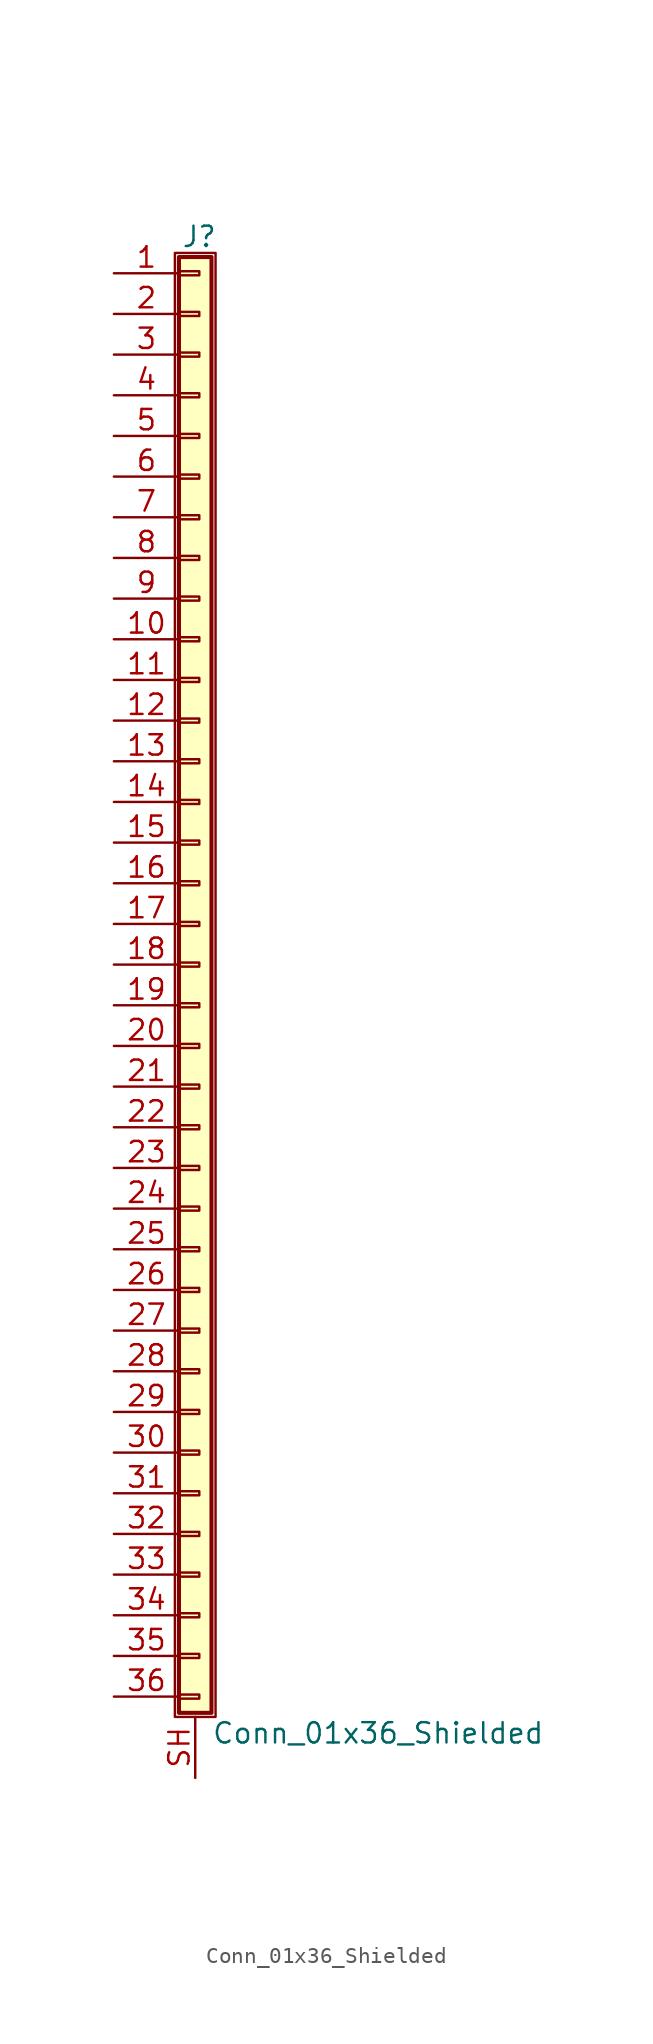
<source format=kicad_sym>
(kicad_symbol_lib
  (version 20220914)
  (generator kicad_symbol_editor)
  (symbol "Conn_01x36_Shielded"
    (pin_names
      (offset 1.016) hide)
    (property "Reference" "J"
      (at 0.254 45.466 0)
      (effects (font (size 1.27 1.27))))
    (property "Value" "Conn_01x36_Shielded"
      (at 1.016 -48.006 0)
      (effects (font (size 1.27 1.27)) (justify left)))
    (symbol "Conn_01x36_Shielded_1_1"
      (rectangle (start -1.27 44.45) (end 1.27 -46.99) (stroke (width 0.152) (type default)) (fill (type none)))
      (rectangle (start -1.016 -45.593) (end 0.254 -45.847) (stroke (width 0.152) (type default)) (fill (type none)))
      (rectangle (start -1.016 -43.053) (end 0.254 -43.307) (stroke (width 0.152) (type default)) (fill (type none)))
      (rectangle (start -1.016 -40.513) (end 0.254 -40.767) (stroke (width 0.152) (type default)) (fill (type none)))
      (rectangle (start -1.016 -37.973) (end 0.254 -38.227) (stroke (width 0.152) (type default)) (fill (type none)))
      (rectangle (start -1.016 -35.433) (end 0.254 -35.687) (stroke (width 0.152) (type default)) (fill (type none)))
      (rectangle (start -1.016 -32.893) (end 0.254 -33.147) (stroke (width 0.152) (type default)) (fill (type none)))
      (rectangle (start -1.016 -30.353) (end 0.254 -30.607) (stroke (width 0.152) (type default)) (fill (type none)))
      (rectangle (start -1.016 -27.813) (end 0.254 -28.067) (stroke (width 0.152) (type default)) (fill (type none)))
      (rectangle (start -1.016 -25.273) (end 0.254 -25.527) (stroke (width 0.152) (type default)) (fill (type none)))
      (rectangle (start -1.016 -22.733) (end 0.254 -22.987) (stroke (width 0.152) (type default)) (fill (type none)))
      (rectangle (start -1.016 -20.193) (end 0.254 -20.447) (stroke (width 0.152) (type default)) (fill (type none)))
      (rectangle (start -1.016 -17.653) (end 0.254 -17.907) (stroke (width 0.152) (type default)) (fill (type none)))
      (rectangle (start -1.016 -15.113) (end 0.254 -15.367) (stroke (width 0.152) (type default)) (fill (type none)))
      (rectangle (start -1.016 -12.573) (end 0.254 -12.827) (stroke (width 0.152) (type default)) (fill (type none)))
      (rectangle (start -1.016 -10.033) (end 0.254 -10.287) (stroke (width 0.152) (type default)) (fill (type none)))
      (rectangle (start -1.016 -7.493) (end 0.254 -7.747) (stroke (width 0.152) (type default)) (fill (type none)))
      (rectangle (start -1.016 -4.953) (end 0.254 -5.207) (stroke (width 0.152) (type default)) (fill (type none)))
      (rectangle (start -1.016 -2.413) (end 0.254 -2.667) (stroke (width 0.152) (type default)) (fill (type none)))
      (rectangle (start -1.016 0.127) (end 0.254 -0.127) (stroke (width 0.152) (type default)) (fill (type none)))
      (rectangle (start -1.016 2.667) (end 0.254 2.413) (stroke (width 0.152) (type default)) (fill (type none)))
      (rectangle (start -1.016 5.207) (end 0.254 4.953) (stroke (width 0.152) (type default)) (fill (type none)))
      (rectangle (start -1.016 7.747) (end 0.254 7.493) (stroke (width 0.152) (type default)) (fill (type none)))
      (rectangle (start -1.016 10.287) (end 0.254 10.033) (stroke (width 0.152) (type default)) (fill (type none)))
      (rectangle (start -1.016 12.827) (end 0.254 12.573) (stroke (width 0.152) (type default)) (fill (type none)))
      (rectangle (start -1.016 15.367) (end 0.254 15.113) (stroke (width 0.152) (type default)) (fill (type none)))
      (rectangle (start -1.016 17.907) (end 0.254 17.653) (stroke (width 0.152) (type default)) (fill (type none)))
      (rectangle (start -1.016 20.447) (end 0.254 20.193) (stroke (width 0.152) (type default)) (fill (type none)))
      (rectangle (start -1.016 22.987) (end 0.254 22.733) (stroke (width 0.152) (type default)) (fill (type none)))
      (rectangle (start -1.016 25.527) (end 0.254 25.273) (stroke (width 0.152) (type default)) (fill (type none)))
      (rectangle (start -1.016 28.067) (end 0.254 27.813) (stroke (width 0.152) (type default)) (fill (type none)))
      (rectangle (start -1.016 30.607) (end 0.254 30.353) (stroke (width 0.152) (type default)) (fill (type none)))
      (rectangle (start -1.016 33.147) (end 0.254 32.893) (stroke (width 0.152) (type default)) (fill (type none)))
      (rectangle (start -1.016 35.687) (end 0.254 35.433) (stroke (width 0.152) (type default)) (fill (type none)))
      (rectangle (start -1.016 38.227) (end 0.254 37.973) (stroke (width 0.152) (type default)) (fill (type none)))
      (rectangle (start -1.016 40.767) (end 0.254 40.513) (stroke (width 0.152) (type default)) (fill (type none)))
      (rectangle (start -1.016 43.307) (end 0.254 43.053) (stroke (width 0.152) (type default)) (fill (type none)))
      (rectangle (start -1.016 44.196) (end 1.016 -46.736) (stroke (width 0.254) (type default)) (fill (type background)))
      (pin passive line (at -5.08 43.18 0) (length 4.064) (name "Pin_1" (effects (font (size 1.27 1.27)))) (number "1" (effects (font (size 1.27 1.27)))))
      (pin passive line (at -5.08 20.32 0) (length 4.064) (name "Pin_10" (effects (font (size 1.27 1.27)))) (number "10" (effects (font (size 1.27 1.27)))))
      (pin passive line (at -5.08 17.78 0) (length 4.064) (name "Pin_11" (effects (font (size 1.27 1.27)))) (number "11" (effects (font (size 1.27 1.27)))))
      (pin passive line (at -5.08 15.24 0) (length 4.064) (name "Pin_12" (effects (font (size 1.27 1.27)))) (number "12" (effects (font (size 1.27 1.27)))))
      (pin passive line (at -5.08 12.7 0) (length 4.064) (name "Pin_13" (effects (font (size 1.27 1.27)))) (number "13" (effects (font (size 1.27 1.27)))))
      (pin passive line (at -5.08 10.16 0) (length 4.064) (name "Pin_14" (effects (font (size 1.27 1.27)))) (number "14" (effects (font (size 1.27 1.27)))))
      (pin passive line (at -5.08 7.62 0) (length 4.064) (name "Pin_15" (effects (font (size 1.27 1.27)))) (number "15" (effects (font (size 1.27 1.27)))))
      (pin passive line (at -5.08 5.08 0) (length 4.064) (name "Pin_16" (effects (font (size 1.27 1.27)))) (number "16" (effects (font (size 1.27 1.27)))))
      (pin passive line (at -5.08 2.54 0) (length 4.064) (name "Pin_17" (effects (font (size 1.27 1.27)))) (number "17" (effects (font (size 1.27 1.27)))))
      (pin passive line (at -5.08 0 0) (length 4.064) (name "Pin_18" (effects (font (size 1.27 1.27)))) (number "18" (effects (font (size 1.27 1.27)))))
      (pin passive line (at -5.08 -2.54 0) (length 4.064) (name "Pin_19" (effects (font (size 1.27 1.27)))) (number "19" (effects (font (size 1.27 1.27)))))
      (pin passive line (at -5.08 40.64 0) (length 4.064) (name "Pin_2" (effects (font (size 1.27 1.27)))) (number "2" (effects (font (size 1.27 1.27)))))
      (pin passive line (at -5.08 -5.08 0) (length 4.064) (name "Pin_20" (effects (font (size 1.27 1.27)))) (number "20" (effects (font (size 1.27 1.27)))))
      (pin passive line (at -5.08 -7.62 0) (length 4.064) (name "Pin_21" (effects (font (size 1.27 1.27)))) (number "21" (effects (font (size 1.27 1.27)))))
      (pin passive line (at -5.08 -10.16 0) (length 4.064) (name "Pin_22" (effects (font (size 1.27 1.27)))) (number "22" (effects (font (size 1.27 1.27)))))
      (pin passive line (at -5.08 -12.7 0) (length 4.064) (name "Pin_23" (effects (font (size 1.27 1.27)))) (number "23" (effects (font (size 1.27 1.27)))))
      (pin passive line (at -5.08 -15.24 0) (length 4.064) (name "Pin_24" (effects (font (size 1.27 1.27)))) (number "24" (effects (font (size 1.27 1.27)))))
      (pin passive line (at -5.08 -17.78 0) (length 4.064) (name "Pin_25" (effects (font (size 1.27 1.27)))) (number "25" (effects (font (size 1.27 1.27)))))
      (pin passive line (at -5.08 -20.32 0) (length 4.064) (name "Pin_26" (effects (font (size 1.27 1.27)))) (number "26" (effects (font (size 1.27 1.27)))))
      (pin passive line (at -5.08 -22.86 0) (length 4.064) (name "Pin_27" (effects (font (size 1.27 1.27)))) (number "27" (effects (font (size 1.27 1.27)))))
      (pin passive line (at -5.08 -25.4 0) (length 4.064) (name "Pin_28" (effects (font (size 1.27 1.27)))) (number "28" (effects (font (size 1.27 1.27)))))
      (pin passive line (at -5.08 -27.94 0) (length 4.064) (name "Pin_29" (effects (font (size 1.27 1.27)))) (number "29" (effects (font (size 1.27 1.27)))))
      (pin passive line (at -5.08 38.1 0) (length 4.064) (name "Pin_3" (effects (font (size 1.27 1.27)))) (number "3" (effects (font (size 1.27 1.27)))))
      (pin passive line (at -5.08 -30.48 0) (length 4.064) (name "Pin_30" (effects (font (size 1.27 1.27)))) (number "30" (effects (font (size 1.27 1.27)))))
      (pin passive line (at -5.08 -33.02 0) (length 4.064) (name "Pin_31" (effects (font (size 1.27 1.27)))) (number "31" (effects (font (size 1.27 1.27)))))
      (pin passive line (at -5.08 -35.56 0) (length 4.064) (name "Pin_32" (effects (font (size 1.27 1.27)))) (number "32" (effects (font (size 1.27 1.27)))))
      (pin passive line (at -5.08 -38.1 0) (length 4.064) (name "Pin_33" (effects (font (size 1.27 1.27)))) (number "33" (effects (font (size 1.27 1.27)))))
      (pin passive line (at -5.08 -40.64 0) (length 4.064) (name "Pin_34" (effects (font (size 1.27 1.27)))) (number "34" (effects (font (size 1.27 1.27)))))
      (pin passive line (at -5.08 -43.18 0) (length 4.064) (name "Pin_35" (effects (font (size 1.27 1.27)))) (number "35" (effects (font (size 1.27 1.27)))))
      (pin passive line (at -5.08 -45.72 0) (length 4.064) (name "Pin_36" (effects (font (size 1.27 1.27)))) (number "36" (effects (font (size 1.27 1.27)))))
      (pin passive line (at -5.08 35.56 0) (length 4.064) (name "Pin_4" (effects (font (size 1.27 1.27)))) (number "4" (effects (font (size 1.27 1.27)))))
      (pin passive line (at -5.08 33.02 0) (length 4.064) (name "Pin_5" (effects (font (size 1.27 1.27)))) (number "5" (effects (font (size 1.27 1.27)))))
      (pin passive line (at -5.08 30.48 0) (length 4.064) (name "Pin_6" (effects (font (size 1.27 1.27)))) (number "6" (effects (font (size 1.27 1.27)))))
      (pin passive line (at -5.08 27.94 0) (length 4.064) (name "Pin_7" (effects (font (size 1.27 1.27)))) (number "7" (effects (font (size 1.27 1.27)))))
      (pin passive line (at -5.08 25.4 0) (length 4.064) (name "Pin_8" (effects (font (size 1.27 1.27)))) (number "8" (effects (font (size 1.27 1.27)))))
      (pin passive line (at -5.08 22.86 0) (length 4.064) (name "Pin_9" (effects (font (size 1.27 1.27)))) (number "9" (effects (font (size 1.27 1.27)))))
      (pin passive line (at 0 -50.8 90) (length 3.81) (name "Shield" (effects (font (size 1.27 1.27)))) (number "SH" (effects (font (size 1.27 1.27))))))))
</source>
